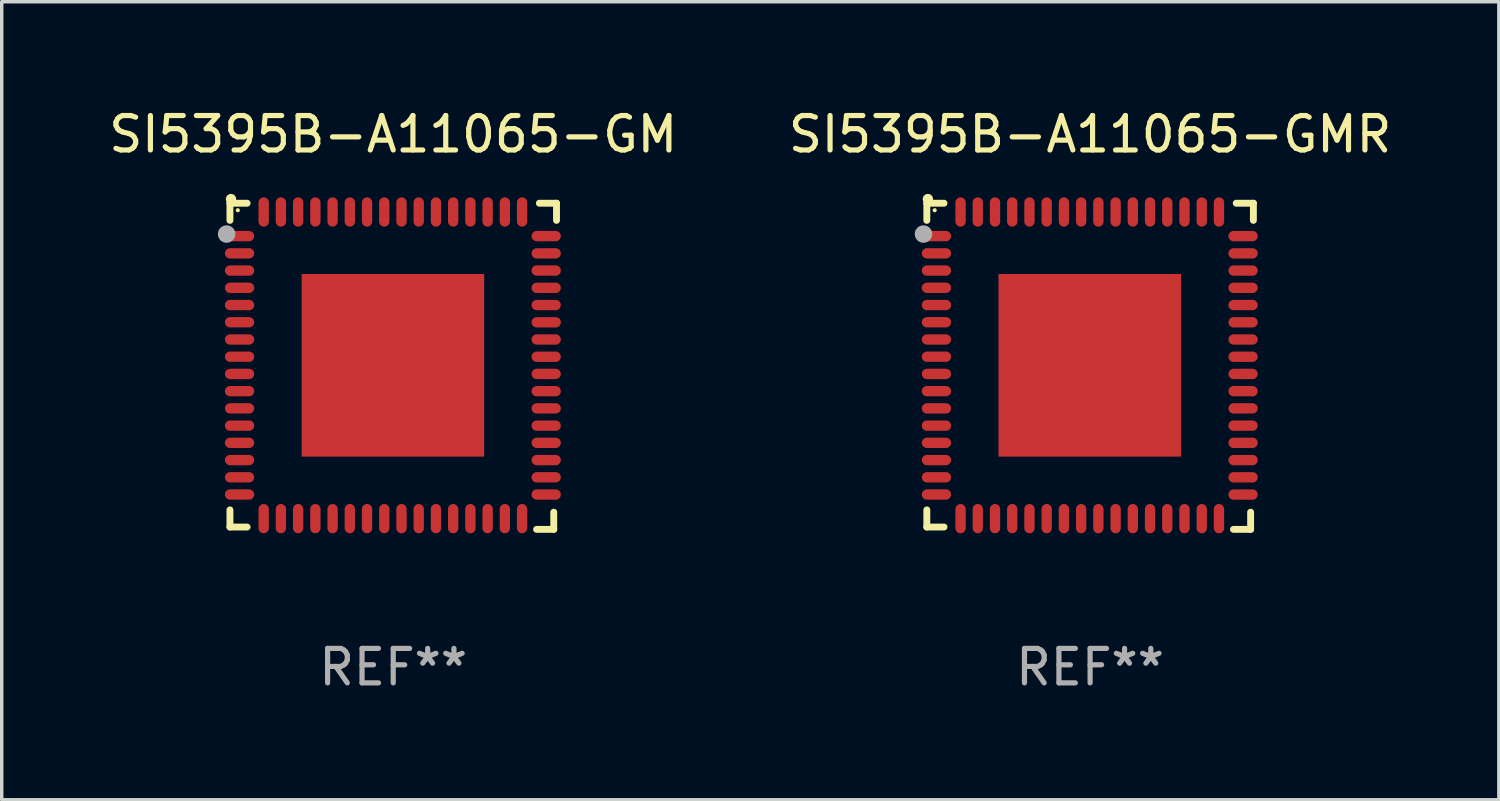
<source format=kicad_pcb>
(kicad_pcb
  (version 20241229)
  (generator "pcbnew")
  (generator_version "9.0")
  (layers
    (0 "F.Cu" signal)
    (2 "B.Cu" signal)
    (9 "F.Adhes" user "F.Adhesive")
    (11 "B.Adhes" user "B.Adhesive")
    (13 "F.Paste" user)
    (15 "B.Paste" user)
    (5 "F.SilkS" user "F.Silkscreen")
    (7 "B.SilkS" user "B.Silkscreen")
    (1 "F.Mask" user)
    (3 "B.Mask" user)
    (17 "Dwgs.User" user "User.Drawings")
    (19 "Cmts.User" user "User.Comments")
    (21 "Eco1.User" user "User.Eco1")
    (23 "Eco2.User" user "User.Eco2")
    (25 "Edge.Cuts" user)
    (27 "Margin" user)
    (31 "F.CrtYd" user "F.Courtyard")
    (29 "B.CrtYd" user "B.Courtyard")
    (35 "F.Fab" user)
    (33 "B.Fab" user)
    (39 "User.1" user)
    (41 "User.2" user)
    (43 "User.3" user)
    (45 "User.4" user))
  (footprint "SI5395B-A11065-GM"
    (layer "F.Cu")
    (at 8.363 7.581)
    (property "Reference" "SI5395B-A11065-GM" (at 0 -6.733 0) (layer "F.SilkS") (effects (font (size 1 1) (thickness 0.15))))
    (attr through_hole)
    (fp_line (start -4.739 -4.733) (end -4.241 -4.733) (stroke (width 0.2) (type solid)) (layer "F.SilkS"))
    (fp_line (start -4.739 -4.235) (end -4.739 -4.733) (stroke (width 0.2) (type solid)) (layer "F.SilkS"))
    (fp_line (start -4.739 4.168) (end -4.739 4.665) (stroke (width 0.2) (type solid)) (layer "F.SilkS"))
    (fp_line (start -4.739 4.665) (end -4.241 4.665) (stroke (width 0.2) (type solid)) (layer "F.SilkS"))
    (fp_line (start 4.161 4.733) (end 4.659 4.733) (stroke (width 0.2) (type solid)) (layer "F.SilkS"))
    (fp_line (start 4.241 -4.733) (end 4.739 -4.733) (stroke (width 0.2) (type solid)) (layer "F.SilkS"))
    (fp_line (start 4.659 4.733) (end 4.659 4.235) (stroke (width 0.2) (type solid)) (layer "F.SilkS"))
    (fp_line (start 4.739 -4.733) (end 4.739 -4.235) (stroke (width 0.2) (type solid)) (layer "F.SilkS"))
    (fp_arc (start -4.708623 -4.85108) (mid -4.708628 -4.85235) (end -4.708623 -4.85362) (stroke (width 0.3) (type solid)) (layer "F.SilkS"))
    (fp_circle (center -4.511 -4.529) (end -4.481 -4.529) (stroke (width 0.06) (type solid)) (fill no) (layer "F.SilkS"))
    (fp_circle (center -4.836 -3.838) (end -4.709 -3.838) (stroke (width 0.254) (type solid)) (fill no) (layer "F.Fab"))
    (fp_text user "REF**" (at 0 8.733 0) (layer "F.Fab") (effects (font (size 1 1) (thickness 0.15))))
    (pad "1" smd oval (at -4.46 -3.778) (size 0.85 0.3) (layers "F.Cu" "F.Mask" "F.Paste"))
    (pad "2" smd oval (at -4.46 -3.278) (size 0.85 0.3) (layers "F.Cu" "F.Mask" "F.Paste"))
    (pad "3" smd oval (at -4.46 -2.778) (size 0.85 0.3) (layers "F.Cu" "F.Mask" "F.Paste"))
    (pad "4" smd oval (at -4.46 -2.278) (size 0.85 0.3) (layers "F.Cu" "F.Mask" "F.Paste"))
    (pad "5" smd oval (at -4.46 -1.778) (size 0.85 0.3) (layers "F.Cu" "F.Mask" "F.Paste"))
    (pad "6" smd oval (at -4.46 -1.278) (size 0.85 0.3) (layers "F.Cu" "F.Mask" "F.Paste"))
    (pad "7" smd oval (at -4.46 -0.778) (size 0.85 0.3) (layers "F.Cu" "F.Mask" "F.Paste"))
    (pad "8" smd oval (at -4.46 -0.278) (size 0.85 0.3) (layers "F.Cu" "F.Mask" "F.Paste"))
    (pad "9" smd oval (at -4.46 0.222) (size 0.85 0.3) (layers "F.Cu" "F.Mask" "F.Paste"))
    (pad "10" smd oval (at -4.46 0.722) (size 0.85 0.3) (layers "F.Cu" "F.Mask" "F.Paste"))
    (pad "11" smd oval (at -4.46 1.222) (size 0.85 0.3) (layers "F.Cu" "F.Mask" "F.Paste"))
    (pad "12" smd oval (at -4.46 1.722) (size 0.85 0.3) (layers "F.Cu" "F.Mask" "F.Paste"))
    (pad "13" smd oval (at -4.46 2.222) (size 0.85 0.3) (layers "F.Cu" "F.Mask" "F.Paste"))
    (pad "14" smd oval (at -4.46 2.722) (size 0.85 0.3) (layers "F.Cu" "F.Mask" "F.Paste"))
    (pad "15" smd oval (at -4.46 3.222) (size 0.85 0.3) (layers "F.Cu" "F.Mask" "F.Paste"))
    (pad "16" smd oval (at -4.46 3.722) (size 0.85 0.3) (layers "F.Cu" "F.Mask" "F.Paste"))
    (pad "17" smd oval (at -3.76 4.422) (size 0.3 0.85) (layers "F.Cu" "F.Mask" "F.Paste"))
    (pad "18" smd oval (at -3.26 4.422) (size 0.3 0.85) (layers "F.Cu" "F.Mask" "F.Paste"))
    (pad "19" smd oval (at -2.76 4.422) (size 0.3 0.85) (layers "F.Cu" "F.Mask" "F.Paste"))
    (pad "20" smd oval (at -2.26 4.422) (size 0.3 0.85) (layers "F.Cu" "F.Mask" "F.Paste"))
    (pad "21" smd oval (at -1.76 4.422) (size 0.3 0.85) (layers "F.Cu" "F.Mask" "F.Paste"))
    (pad "22" smd oval (at -1.26 4.422) (size 0.3 0.85) (layers "F.Cu" "F.Mask" "F.Paste"))
    (pad "23" smd oval (at -0.76 4.422) (size 0.3 0.85) (layers "F.Cu" "F.Mask" "F.Paste"))
    (pad "24" smd oval (at -0.26 4.422) (size 0.3 0.85) (layers "F.Cu" "F.Mask" "F.Paste"))
    (pad "25" smd oval (at 0.24 4.422) (size 0.3 0.85) (layers "F.Cu" "F.Mask" "F.Paste"))
    (pad "26" smd oval (at 0.74 4.422) (size 0.3 0.85) (layers "F.Cu" "F.Mask" "F.Paste"))
    (pad "27" smd oval (at 1.24 4.422) (size 0.3 0.85) (layers "F.Cu" "F.Mask" "F.Paste"))
    (pad "28" smd oval (at 1.74 4.422) (size 0.3 0.85) (layers "F.Cu" "F.Mask" "F.Paste"))
    (pad "29" smd oval (at 2.24 4.422) (size 0.3 0.85) (layers "F.Cu" "F.Mask" "F.Paste"))
    (pad "30" smd oval (at 2.74 4.422) (size 0.3 0.85) (layers "F.Cu" "F.Mask" "F.Paste"))
    (pad "31" smd oval (at 3.24 4.422) (size 0.3 0.85) (layers "F.Cu" "F.Mask" "F.Paste"))
    (pad "32" smd oval (at 3.74 4.422) (size 0.3 0.85) (layers "F.Cu" "F.Mask" "F.Paste"))
    (pad "33" smd oval (at 4.44 3.723) (size 0.85 0.3) (layers "F.Cu" "F.Mask" "F.Paste"))
    (pad "34" smd oval (at 4.44 3.222) (size 0.85 0.3) (layers "F.Cu" "F.Mask" "F.Paste"))
    (pad "35" smd oval (at 4.44 2.723) (size 0.85 0.3) (layers "F.Cu" "F.Mask" "F.Paste"))
    (pad "36" smd oval (at 4.44 2.222) (size 0.85 0.3) (layers "F.Cu" "F.Mask" "F.Paste"))
    (pad "37" smd oval (at 4.44 1.723) (size 0.85 0.3) (layers "F.Cu" "F.Mask" "F.Paste"))
    (pad "38" smd oval (at 4.44 1.222) (size 0.85 0.3) (layers "F.Cu" "F.Mask" "F.Paste"))
    (pad "39" smd oval (at 4.44 0.723) (size 0.85 0.3) (layers "F.Cu" "F.Mask" "F.Paste"))
    (pad "40" smd oval (at 4.44 0.222) (size 0.85 0.3) (layers "F.Cu" "F.Mask" "F.Paste"))
    (pad "41" smd oval (at 4.44 -0.277) (size 0.85 0.3) (layers "F.Cu" "F.Mask" "F.Paste"))
    (pad "42" smd oval (at 4.44 -0.778) (size 0.85 0.3) (layers "F.Cu" "F.Mask" "F.Paste"))
    (pad "43" smd oval (at 4.44 -1.277) (size 0.85 0.3) (layers "F.Cu" "F.Mask" "F.Paste"))
    (pad "44" smd oval (at 4.44 -1.778) (size 0.85 0.3) (layers "F.Cu" "F.Mask" "F.Paste"))
    (pad "45" smd oval (at 4.44 -2.277) (size 0.85 0.3) (layers "F.Cu" "F.Mask" "F.Paste"))
    (pad "46" smd oval (at 4.44 -2.778) (size 0.85 0.3) (layers "F.Cu" "F.Mask" "F.Paste"))
    (pad "47" smd oval (at 4.44 -3.277) (size 0.85 0.3) (layers "F.Cu" "F.Mask" "F.Paste"))
    (pad "48" smd oval (at 4.44 -3.778) (size 0.85 0.3) (layers "F.Cu" "F.Mask" "F.Paste"))
    (pad "49" smd oval (at 3.74 -4.478) (size 0.3 0.85) (layers "F.Cu" "F.Mask" "F.Paste"))
    (pad "50" smd oval (at 3.24 -4.478) (size 0.3 0.85) (layers "F.Cu" "F.Mask" "F.Paste"))
    (pad "51" smd oval (at 2.74 -4.478) (size 0.3 0.85) (layers "F.Cu" "F.Mask" "F.Paste"))
    (pad "52" smd oval (at 2.24 -4.478) (size 0.3 0.85) (layers "F.Cu" "F.Mask" "F.Paste"))
    (pad "53" smd oval (at 1.74 -4.478) (size 0.3 0.85) (layers "F.Cu" "F.Mask" "F.Paste"))
    (pad "54" smd oval (at 1.24 -4.478) (size 0.3 0.85) (layers "F.Cu" "F.Mask" "F.Paste"))
    (pad "55" smd oval (at 0.74 -4.478) (size 0.3 0.85) (layers "F.Cu" "F.Mask" "F.Paste"))
    (pad "56" smd oval (at 0.24 -4.478) (size 0.3 0.85) (layers "F.Cu" "F.Mask" "F.Paste"))
    (pad "57" smd oval (at -0.26 -4.478) (size 0.3 0.85) (layers "F.Cu" "F.Mask" "F.Paste"))
    (pad "58" smd oval (at -0.76 -4.478) (size 0.3 0.85) (layers "F.Cu" "F.Mask" "F.Paste"))
    (pad "59" smd oval (at -1.26 -4.478) (size 0.3 0.85) (layers "F.Cu" "F.Mask" "F.Paste"))
    (pad "60" smd oval (at -1.76 -4.478) (size 0.3 0.85) (layers "F.Cu" "F.Mask" "F.Paste"))
    (pad "61" smd oval (at -2.26 -4.478) (size 0.3 0.85) (layers "F.Cu" "F.Mask" "F.Paste"))
    (pad "62" smd oval (at -2.76 -4.478) (size 0.3 0.85) (layers "F.Cu" "F.Mask" "F.Paste"))
    (pad "63" smd oval (at -3.26 -4.478) (size 0.3 0.85) (layers "F.Cu" "F.Mask" "F.Paste"))
    (pad "64" smd oval (at -3.76 -4.478) (size 0.3 0.85) (layers "F.Cu" "F.Mask" "F.Paste"))
    (pad "65" smd rect (at -0.009 -0.028 90) (size 5.3 5.3) (layers "F.Cu" "F.Mask" "F.Paste")))
  (footprint "SI5395B-A11065-GMR"
    (layer "F.Cu")
    (at 28.589 7.581)
    (property "Reference" "SI5395B-A11065-GMR" (at 0 -6.733 0) (layer "F.SilkS") (effects (font (size 1 1) (thickness 0.15))))
    (attr through_hole)
    (fp_line (start -4.739 -4.733) (end -4.241 -4.733) (stroke (width 0.2) (type solid)) (layer "F.SilkS"))
    (fp_line (start -4.739 -4.235) (end -4.739 -4.733) (stroke (width 0.2) (type solid)) (layer "F.SilkS"))
    (fp_line (start -4.739 4.168) (end -4.739 4.665) (stroke (width 0.2) (type solid)) (layer "F.SilkS"))
    (fp_line (start -4.739 4.665) (end -4.241 4.665) (stroke (width 0.2) (type solid)) (layer "F.SilkS"))
    (fp_line (start 4.161 4.733) (end 4.659 4.733) (stroke (width 0.2) (type solid)) (layer "F.SilkS"))
    (fp_line (start 4.241 -4.733) (end 4.739 -4.733) (stroke (width 0.2) (type solid)) (layer "F.SilkS"))
    (fp_line (start 4.659 4.733) (end 4.659 4.235) (stroke (width 0.2) (type solid)) (layer "F.SilkS"))
    (fp_line (start 4.739 -4.733) (end 4.739 -4.235) (stroke (width 0.2) (type solid)) (layer "F.SilkS"))
    (fp_arc (start -4.708623 -4.85108) (mid -4.708628 -4.85235) (end -4.708623 -4.85362) (stroke (width 0.3) (type solid)) (layer "F.SilkS"))
    (fp_circle (center -4.511 -4.529) (end -4.481 -4.529) (stroke (width 0.06) (type solid)) (fill no) (layer "F.SilkS"))
    (fp_circle (center -4.836 -3.838) (end -4.709 -3.838) (stroke (width 0.254) (type solid)) (fill no) (layer "F.Fab"))
    (fp_text user "REF**" (at 0 8.733 0) (layer "F.Fab") (effects (font (size 1 1) (thickness 0.15))))
    (pad "1" smd oval (at -4.46 -3.778) (size 0.85 0.3) (layers "F.Cu" "F.Mask" "F.Paste"))
    (pad "2" smd oval (at -4.46 -3.278) (size 0.85 0.3) (layers "F.Cu" "F.Mask" "F.Paste"))
    (pad "3" smd oval (at -4.46 -2.778) (size 0.85 0.3) (layers "F.Cu" "F.Mask" "F.Paste"))
    (pad "4" smd oval (at -4.46 -2.278) (size 0.85 0.3) (layers "F.Cu" "F.Mask" "F.Paste"))
    (pad "5" smd oval (at -4.46 -1.778) (size 0.85 0.3) (layers "F.Cu" "F.Mask" "F.Paste"))
    (pad "6" smd oval (at -4.46 -1.278) (size 0.85 0.3) (layers "F.Cu" "F.Mask" "F.Paste"))
    (pad "7" smd oval (at -4.46 -0.778) (size 0.85 0.3) (layers "F.Cu" "F.Mask" "F.Paste"))
    (pad "8" smd oval (at -4.46 -0.278) (size 0.85 0.3) (layers "F.Cu" "F.Mask" "F.Paste"))
    (pad "9" smd oval (at -4.46 0.222) (size 0.85 0.3) (layers "F.Cu" "F.Mask" "F.Paste"))
    (pad "10" smd oval (at -4.46 0.722) (size 0.85 0.3) (layers "F.Cu" "F.Mask" "F.Paste"))
    (pad "11" smd oval (at -4.46 1.222) (size 0.85 0.3) (layers "F.Cu" "F.Mask" "F.Paste"))
    (pad "12" smd oval (at -4.46 1.722) (size 0.85 0.3) (layers "F.Cu" "F.Mask" "F.Paste"))
    (pad "13" smd oval (at -4.46 2.222) (size 0.85 0.3) (layers "F.Cu" "F.Mask" "F.Paste"))
    (pad "14" smd oval (at -4.46 2.722) (size 0.85 0.3) (layers "F.Cu" "F.Mask" "F.Paste"))
    (pad "15" smd oval (at -4.46 3.222) (size 0.85 0.3) (layers "F.Cu" "F.Mask" "F.Paste"))
    (pad "16" smd oval (at -4.46 3.722) (size 0.85 0.3) (layers "F.Cu" "F.Mask" "F.Paste"))
    (pad "17" smd oval (at -3.76 4.422) (size 0.3 0.85) (layers "F.Cu" "F.Mask" "F.Paste"))
    (pad "18" smd oval (at -3.26 4.422) (size 0.3 0.85) (layers "F.Cu" "F.Mask" "F.Paste"))
    (pad "19" smd oval (at -2.76 4.422) (size 0.3 0.85) (layers "F.Cu" "F.Mask" "F.Paste"))
    (pad "20" smd oval (at -2.26 4.422) (size 0.3 0.85) (layers "F.Cu" "F.Mask" "F.Paste"))
    (pad "21" smd oval (at -1.76 4.422) (size 0.3 0.85) (layers "F.Cu" "F.Mask" "F.Paste"))
    (pad "22" smd oval (at -1.26 4.422) (size 0.3 0.85) (layers "F.Cu" "F.Mask" "F.Paste"))
    (pad "23" smd oval (at -0.76 4.422) (size 0.3 0.85) (layers "F.Cu" "F.Mask" "F.Paste"))
    (pad "24" smd oval (at -0.26 4.422) (size 0.3 0.85) (layers "F.Cu" "F.Mask" "F.Paste"))
    (pad "25" smd oval (at 0.24 4.422) (size 0.3 0.85) (layers "F.Cu" "F.Mask" "F.Paste"))
    (pad "26" smd oval (at 0.74 4.422) (size 0.3 0.85) (layers "F.Cu" "F.Mask" "F.Paste"))
    (pad "27" smd oval (at 1.24 4.422) (size 0.3 0.85) (layers "F.Cu" "F.Mask" "F.Paste"))
    (pad "28" smd oval (at 1.74 4.422) (size 0.3 0.85) (layers "F.Cu" "F.Mask" "F.Paste"))
    (pad "29" smd oval (at 2.24 4.422) (size 0.3 0.85) (layers "F.Cu" "F.Mask" "F.Paste"))
    (pad "30" smd oval (at 2.74 4.422) (size 0.3 0.85) (layers "F.Cu" "F.Mask" "F.Paste"))
    (pad "31" smd oval (at 3.24 4.422) (size 0.3 0.85) (layers "F.Cu" "F.Mask" "F.Paste"))
    (pad "32" smd oval (at 3.74 4.422) (size 0.3 0.85) (layers "F.Cu" "F.Mask" "F.Paste"))
    (pad "33" smd oval (at 4.44 3.723) (size 0.85 0.3) (layers "F.Cu" "F.Mask" "F.Paste"))
    (pad "34" smd oval (at 4.44 3.222) (size 0.85 0.3) (layers "F.Cu" "F.Mask" "F.Paste"))
    (pad "35" smd oval (at 4.44 2.723) (size 0.85 0.3) (layers "F.Cu" "F.Mask" "F.Paste"))
    (pad "36" smd oval (at 4.44 2.222) (size 0.85 0.3) (layers "F.Cu" "F.Mask" "F.Paste"))
    (pad "37" smd oval (at 4.44 1.723) (size 0.85 0.3) (layers "F.Cu" "F.Mask" "F.Paste"))
    (pad "38" smd oval (at 4.44 1.222) (size 0.85 0.3) (layers "F.Cu" "F.Mask" "F.Paste"))
    (pad "39" smd oval (at 4.44 0.723) (size 0.85 0.3) (layers "F.Cu" "F.Mask" "F.Paste"))
    (pad "40" smd oval (at 4.44 0.222) (size 0.85 0.3) (layers "F.Cu" "F.Mask" "F.Paste"))
    (pad "41" smd oval (at 4.44 -0.277) (size 0.85 0.3) (layers "F.Cu" "F.Mask" "F.Paste"))
    (pad "42" smd oval (at 4.44 -0.778) (size 0.85 0.3) (layers "F.Cu" "F.Mask" "F.Paste"))
    (pad "43" smd oval (at 4.44 -1.277) (size 0.85 0.3) (layers "F.Cu" "F.Mask" "F.Paste"))
    (pad "44" smd oval (at 4.44 -1.778) (size 0.85 0.3) (layers "F.Cu" "F.Mask" "F.Paste"))
    (pad "45" smd oval (at 4.44 -2.277) (size 0.85 0.3) (layers "F.Cu" "F.Mask" "F.Paste"))
    (pad "46" smd oval (at 4.44 -2.778) (size 0.85 0.3) (layers "F.Cu" "F.Mask" "F.Paste"))
    (pad "47" smd oval (at 4.44 -3.277) (size 0.85 0.3) (layers "F.Cu" "F.Mask" "F.Paste"))
    (pad "48" smd oval (at 4.44 -3.778) (size 0.85 0.3) (layers "F.Cu" "F.Mask" "F.Paste"))
    (pad "49" smd oval (at 3.74 -4.478) (size 0.3 0.85) (layers "F.Cu" "F.Mask" "F.Paste"))
    (pad "50" smd oval (at 3.24 -4.478) (size 0.3 0.85) (layers "F.Cu" "F.Mask" "F.Paste"))
    (pad "51" smd oval (at 2.74 -4.478) (size 0.3 0.85) (layers "F.Cu" "F.Mask" "F.Paste"))
    (pad "52" smd oval (at 2.24 -4.478) (size 0.3 0.85) (layers "F.Cu" "F.Mask" "F.Paste"))
    (pad "53" smd oval (at 1.74 -4.478) (size 0.3 0.85) (layers "F.Cu" "F.Mask" "F.Paste"))
    (pad "54" smd oval (at 1.24 -4.478) (size 0.3 0.85) (layers "F.Cu" "F.Mask" "F.Paste"))
    (pad "55" smd oval (at 0.74 -4.478) (size 0.3 0.85) (layers "F.Cu" "F.Mask" "F.Paste"))
    (pad "56" smd oval (at 0.24 -4.478) (size 0.3 0.85) (layers "F.Cu" "F.Mask" "F.Paste"))
    (pad "57" smd oval (at -0.26 -4.478) (size 0.3 0.85) (layers "F.Cu" "F.Mask" "F.Paste"))
    (pad "58" smd oval (at -0.76 -4.478) (size 0.3 0.85) (layers "F.Cu" "F.Mask" "F.Paste"))
    (pad "59" smd oval (at -1.26 -4.478) (size 0.3 0.85) (layers "F.Cu" "F.Mask" "F.Paste"))
    (pad "60" smd oval (at -1.76 -4.478) (size 0.3 0.85) (layers "F.Cu" "F.Mask" "F.Paste"))
    (pad "61" smd oval (at -2.26 -4.478) (size 0.3 0.85) (layers "F.Cu" "F.Mask" "F.Paste"))
    (pad "62" smd oval (at -2.76 -4.478) (size 0.3 0.85) (layers "F.Cu" "F.Mask" "F.Paste"))
    (pad "63" smd oval (at -3.26 -4.478) (size 0.3 0.85) (layers "F.Cu" "F.Mask" "F.Paste"))
    (pad "64" smd oval (at -3.76 -4.478) (size 0.3 0.85) (layers "F.Cu" "F.Mask" "F.Paste"))
    (pad "65" smd rect (at -0.009 -0.028 90) (size 5.3 5.3) (layers "F.Cu" "F.Mask" "F.Paste")))
  (gr_rect
    (start -3 -3)
    (end 40.452 20.162)
    (stroke (width 0.1) (type default))
    (fill no)
    (layer "Edge.Cuts")))
</source>
